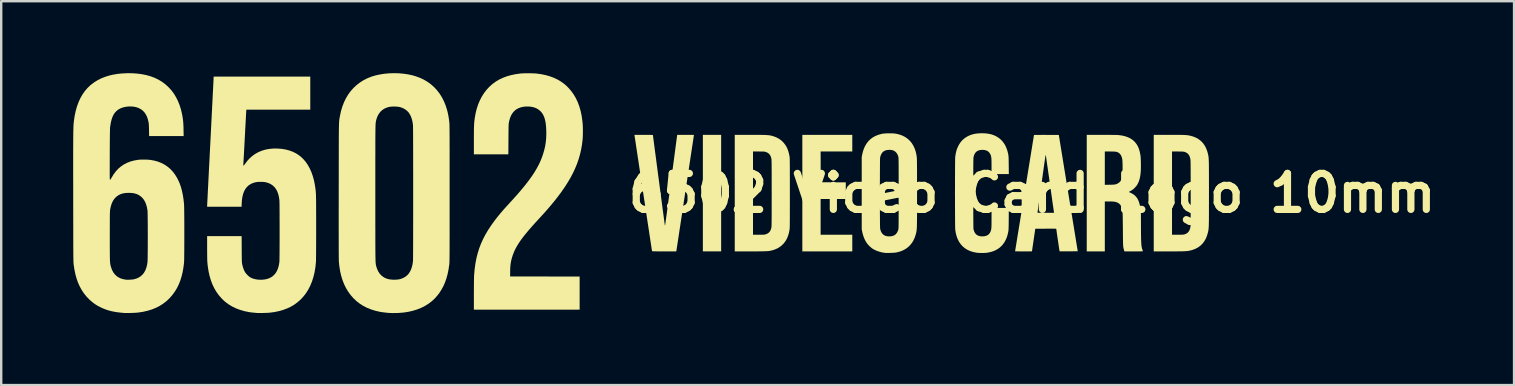
<source format=kicad_pcb>
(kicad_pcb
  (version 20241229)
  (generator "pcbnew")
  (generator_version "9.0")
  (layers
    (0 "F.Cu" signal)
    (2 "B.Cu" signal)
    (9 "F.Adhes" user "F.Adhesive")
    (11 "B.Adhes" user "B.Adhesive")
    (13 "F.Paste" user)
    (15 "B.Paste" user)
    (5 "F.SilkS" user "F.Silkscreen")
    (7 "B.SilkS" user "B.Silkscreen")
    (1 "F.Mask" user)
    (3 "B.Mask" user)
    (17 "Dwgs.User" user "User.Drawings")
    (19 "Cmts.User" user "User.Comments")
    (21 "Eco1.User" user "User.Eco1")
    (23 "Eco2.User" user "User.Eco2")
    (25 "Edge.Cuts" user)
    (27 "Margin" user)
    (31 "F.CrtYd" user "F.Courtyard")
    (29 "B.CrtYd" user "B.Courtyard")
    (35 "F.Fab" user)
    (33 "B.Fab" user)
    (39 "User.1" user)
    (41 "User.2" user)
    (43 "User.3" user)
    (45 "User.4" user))
  (footprint "6502 Video Card Logo 10mm"
    (layer "F.Cu")
    (at 39.969 4.999)
    (property "Reference" "6502 Video Card Logo 10mm" (at 0 0 0) (layer "F.SilkS") (effects (font (size 1.5 1.5) (thickness 0.3))))
    (attr board_only exclude_from_pos_files exclude_from_bom)
    (fp_poly (pts (xy -12.962 0) (xy -12.962 2.428) (xy -13.343 2.428) (xy -13.724 2.428) (xy -13.724 0) (xy -13.724 -2.428) (xy -13.343 -2.428) (xy -12.962 -2.428)) (stroke (width 0) (type solid)) (fill yes) (layer "F.SilkS"))
    (fp_poly (pts (xy -7.496 -2.081) (xy -7.496 -1.735) (xy -8.156 -1.735) (xy -8.816 -1.735) (xy -8.814 -1.094) (xy -8.812 -0.453) (xy -8.29 -0.45) (xy -7.767 -0.448) (xy -7.767 -0.101) (xy -7.767 0.245) (xy -8.292 0.245) (xy -8.816 0.245) (xy -8.816 0.99) (xy -8.816 1.735) (xy -8.156 1.735) (xy -7.496 1.735) (xy -7.496 2.081) (xy -7.496 2.428) (xy -8.537 2.428) (xy -9.578 2.428) (xy -9.578 0) (xy -9.578 -2.428) (xy -8.537 -2.428) (xy -7.496 -2.428)) (stroke (width 0) (type solid)) (fill yes) (layer "F.SilkS"))
    (fp_poly (pts (xy -16.097 -2.428) (xy -16.018 -2.428) (xy -15.953 -2.427) (xy -15.902 -2.427) (xy -15.863 -2.425) (xy -15.835 -2.424) (xy -15.817 -2.422) (xy -15.808 -2.42) (xy -15.805 -2.418) (xy -15.804 -2.408) (xy -15.801 -2.383) (xy -15.796 -2.342) (xy -15.789 -2.288) (xy -15.78 -2.221) (xy -15.77 -2.141) (xy -15.758 -2.05) (xy -15.745 -1.949) (xy -15.73 -1.838) (xy -15.715 -1.719) (xy -15.698 -1.593) (xy -15.68 -1.46) (xy -15.662 -1.321) (xy -15.643 -1.177) (xy -15.624 -1.029) (xy -15.604 -0.879) (xy -15.584 -0.726) (xy -15.563 -0.573) (xy -15.543 -0.419) (xy -15.523 -0.265) (xy -15.503 -0.114) (xy -15.483 0.035) (xy -15.464 0.18) (xy -15.445 0.321) (xy -15.427 0.457) (xy -15.41 0.587) (xy -15.394 0.709) (xy -15.378 0.823) (xy -15.364 0.928) (xy -15.352 1.023) (xy -15.34 1.108) (xy -15.331 1.18) (xy -15.323 1.24) (xy -15.316 1.286) (xy -15.312 1.318) (xy -15.31 1.334) (xy -15.309 1.336) (xy -15.303 1.343) (xy -15.298 1.34) (xy -15.297 1.331) (xy -15.293 1.306) (xy -15.287 1.266) (xy -15.279 1.211) (xy -15.27 1.143) (xy -15.258 1.061) (xy -15.245 0.967) (xy -15.231 0.862) (xy -15.215 0.746) (xy -15.198 0.62) (xy -15.18 0.485) (xy -15.161 0.341) (xy -15.141 0.189) (xy -15.119 0.031) (xy -15.098 -0.134) (xy -15.075 -0.304) (xy -15.052 -0.479) (xy -15.043 -0.548) (xy -14.794 -2.428) (xy -14.445 -2.428) (xy -14.37 -2.428) (xy -14.301 -2.428) (xy -14.238 -2.428) (xy -14.185 -2.427) (xy -14.143 -2.427) (xy -14.113 -2.426) (xy -14.098 -2.426) (xy -14.096 -2.425) (xy -14.097 -2.416) (xy -14.101 -2.392) (xy -14.107 -2.352) (xy -14.115 -2.297) (xy -14.125 -2.23) (xy -14.137 -2.149) (xy -14.151 -2.057) (xy -14.167 -1.954) (xy -14.184 -1.84) (xy -14.203 -1.717) (xy -14.223 -1.585) (xy -14.244 -1.445) (xy -14.266 -1.298) (xy -14.289 -1.145) (xy -14.313 -0.987) (xy -14.338 -0.824) (xy -14.363 -0.657) (xy -14.389 -0.487) (xy -14.415 -0.315) (xy -14.441 -0.141) (xy -14.467 0.033) (xy -14.494 0.207) (xy -14.52 0.38) (xy -14.546 0.552) (xy -14.571 0.72) (xy -14.596 0.886) (xy -14.621 1.047) (xy -14.645 1.203) (xy -14.667 1.353) (xy -14.689 1.496) (xy -14.71 1.632) (xy -14.729 1.76) (xy -14.747 1.879) (xy -14.764 1.988) (xy -14.779 2.086) (xy -14.792 2.173) (xy -14.803 2.248) (xy -14.813 2.309) (xy -14.82 2.356) (xy -14.825 2.389) (xy -14.828 2.407) (xy -14.828 2.409) (xy -14.833 2.428) (xy -15.336 2.428) (xy -15.445 2.428) (xy -15.539 2.428) (xy -15.618 2.428) (xy -15.683 2.427) (xy -15.735 2.426) (xy -15.776 2.425) (xy -15.806 2.424) (xy -15.826 2.422) (xy -15.838 2.42) (xy -15.843 2.418) (xy -15.843 2.418) (xy -15.844 2.409) (xy -15.848 2.383) (xy -15.855 2.343) (xy -15.863 2.287) (xy -15.874 2.218) (xy -15.886 2.135) (xy -15.901 2.04) (xy -15.917 1.932) (xy -15.935 1.813) (xy -15.955 1.683) (xy -15.976 1.543) (xy -15.999 1.394) (xy -16.023 1.236) (xy -16.048 1.07) (xy -16.074 0.897) (xy -16.101 0.717) (xy -16.129 0.531) (xy -16.158 0.339) (xy -16.188 0.143) (xy -16.207 0.017) (xy -16.237 -0.182) (xy -16.266 -0.377) (xy -16.295 -0.567) (xy -16.323 -0.752) (xy -16.35 -0.93) (xy -16.376 -1.102) (xy -16.4 -1.266) (xy -16.424 -1.421) (xy -16.446 -1.568) (xy -16.467 -1.705) (xy -16.486 -1.832) (xy -16.504 -1.948) (xy -16.519 -2.052) (xy -16.533 -2.144) (xy -16.545 -2.223) (xy -16.555 -2.288) (xy -16.563 -2.34) (xy -16.568 -2.376) (xy -16.572 -2.396) (xy -16.572 -2.401) (xy -16.577 -2.428) (xy -16.191 -2.428)) (stroke (width 0) (type solid)) (fill yes) (layer "F.SilkS"))
    (fp_poly (pts (xy -11.62 -2.428) (xy -11.501 -2.428) (xy -11.397 -2.428) (xy -11.306 -2.427) (xy -11.226 -2.425) (xy -11.157 -2.424) (xy -11.097 -2.421) (xy -11.045 -2.418) (xy -10.999 -2.415) (xy -10.959 -2.41) (xy -10.922 -2.404) (xy -10.888 -2.398) (xy -10.856 -2.39) (xy -10.823 -2.381) (xy -10.789 -2.371) (xy -10.767 -2.364) (xy -10.651 -2.319) (xy -10.545 -2.261) (xy -10.45 -2.191) (xy -10.389 -2.134) (xy -10.32 -2.054) (xy -10.262 -1.97) (xy -10.213 -1.879) (xy -10.173 -1.778) (xy -10.14 -1.666) (xy -10.114 -1.541) (xy -10.114 -1.54) (xy -10.112 -1.528) (xy -10.11 -1.515) (xy -10.108 -1.501) (xy -10.107 -1.484) (xy -10.106 -1.464) (xy -10.104 -1.44) (xy -10.103 -1.412) (xy -10.102 -1.377) (xy -10.102 -1.337) (xy -10.101 -1.289) (xy -10.1 -1.233) (xy -10.1 -1.169) (xy -10.099 -1.095) (xy -10.099 -1.011) (xy -10.099 -0.915) (xy -10.099 -0.808) (xy -10.098 -0.688) (xy -10.098 -0.555) (xy -10.098 -0.407) (xy -10.098 -0.244) (xy -10.098 -0.066) (xy -10.098 0) (xy -10.098 0.184) (xy -10.098 0.352) (xy -10.098 0.505) (xy -10.098 0.644) (xy -10.099 0.768) (xy -10.099 0.88) (xy -10.099 0.979) (xy -10.099 1.067) (xy -10.1 1.144) (xy -10.1 1.212) (xy -10.101 1.271) (xy -10.101 1.321) (xy -10.102 1.364) (xy -10.103 1.4) (xy -10.104 1.431) (xy -10.105 1.456) (xy -10.106 1.478) (xy -10.108 1.495) (xy -10.109 1.51) (xy -10.111 1.524) (xy -10.113 1.536) (xy -10.114 1.54) (xy -10.14 1.666) (xy -10.173 1.778) (xy -10.213 1.878) (xy -10.261 1.97) (xy -10.32 2.054) (xy -10.388 2.134) (xy -10.389 2.134) (xy -10.475 2.212) (xy -10.574 2.279) (xy -10.683 2.333) (xy -10.767 2.364) (xy -10.802 2.375) (xy -10.835 2.385) (xy -10.868 2.393) (xy -10.9 2.4) (xy -10.935 2.407) (xy -10.973 2.412) (xy -11.015 2.416) (xy -11.063 2.42) (xy -11.118 2.422) (xy -11.182 2.424) (xy -11.255 2.426) (xy -11.339 2.427) (xy -11.435 2.428) (xy -11.545 2.428) (xy -11.67 2.428) (xy -11.754 2.428) (xy -12.395 2.428) (xy -12.395 0) (xy -11.634 0) (xy -11.634 1.735) (xy -11.398 1.735) (xy -11.326 1.734) (xy -11.269 1.734) (xy -11.225 1.733) (xy -11.19 1.732) (xy -11.164 1.729) (xy -11.143 1.727) (xy -11.125 1.723) (xy -11.11 1.719) (xy -11.039 1.69) (xy -10.981 1.651) (xy -10.934 1.601) (xy -10.899 1.539) (xy -10.874 1.464) (xy -10.868 1.434) (xy -10.866 1.424) (xy -10.865 1.41) (xy -10.863 1.391) (xy -10.862 1.368) (xy -10.861 1.339) (xy -10.86 1.304) (xy -10.859 1.261) (xy -10.859 1.21) (xy -10.858 1.15) (xy -10.857 1.08) (xy -10.857 1) (xy -10.856 0.909) (xy -10.856 0.806) (xy -10.856 0.69) (xy -10.856 0.561) (xy -10.856 0.417) (xy -10.856 0.259) (xy -10.855 0.084) (xy -10.855 0) (xy -10.856 -0.182) (xy -10.856 -0.347) (xy -10.856 -0.498) (xy -10.856 -0.633) (xy -10.856 -0.755) (xy -10.856 -0.864) (xy -10.857 -0.96) (xy -10.857 -1.045) (xy -10.858 -1.119) (xy -10.858 -1.184) (xy -10.859 -1.239) (xy -10.86 -1.285) (xy -10.861 -1.324) (xy -10.862 -1.356) (xy -10.863 -1.382) (xy -10.864 -1.402) (xy -10.866 -1.418) (xy -10.867 -1.43) (xy -10.868 -1.434) (xy -10.889 -1.514) (xy -10.921 -1.58) (xy -10.963 -1.634) (xy -11.017 -1.677) (xy -11.084 -1.709) (xy -11.11 -1.719) (xy -11.128 -1.723) (xy -11.146 -1.727) (xy -11.168 -1.73) (xy -11.196 -1.732) (xy -11.232 -1.733) (xy -11.278 -1.734) (xy -11.338 -1.734) (xy -11.398 -1.735) (xy -11.634 -1.735) (xy -11.634 0) (xy -12.395 0) (xy -12.395 -2.428) (xy -11.754 -2.428)) (stroke (width 0) (type solid)) (fill yes) (layer "F.SilkS"))
    (fp_poly (pts (xy 5.713 -2.428) (xy 5.842 -2.428) (xy 5.955 -2.428) (xy 6.054 -2.427) (xy 6.14 -2.427) (xy 6.214 -2.426) (xy 6.278 -2.425) (xy 6.333 -2.423) (xy 6.381 -2.421) (xy 6.422 -2.418) (xy 6.459 -2.415) (xy 6.491 -2.411) (xy 6.522 -2.406) (xy 6.551 -2.4) (xy 6.581 -2.394) (xy 6.611 -2.387) (xy 6.737 -2.349) (xy 6.852 -2.299) (xy 6.955 -2.236) (xy 7.048 -2.161) (xy 7.128 -2.073) (xy 7.198 -1.973) (xy 7.255 -1.86) (xy 7.301 -1.735) (xy 7.323 -1.655) (xy 7.329 -1.63) (xy 7.335 -1.607) (xy 7.339 -1.585) (xy 7.344 -1.562) (xy 7.348 -1.538) (xy 7.351 -1.513) (xy 7.354 -1.484) (xy 7.357 -1.451) (xy 7.359 -1.415) (xy 7.361 -1.372) (xy 7.363 -1.324) (xy 7.365 -1.268) (xy 7.366 -1.205) (xy 7.367 -1.133) (xy 7.368 -1.051) (xy 7.368 -0.959) (xy 7.369 -0.856) (xy 7.369 -0.741) (xy 7.369 -0.612) (xy 7.369 -0.47) (xy 7.37 -0.314) (xy 7.37 -0.142) (xy 7.37 0) (xy 7.37 0.184) (xy 7.37 0.353) (xy 7.369 0.506) (xy 7.369 0.644) (xy 7.369 0.77) (xy 7.369 0.882) (xy 7.368 0.982) (xy 7.368 1.072) (xy 7.367 1.151) (xy 7.366 1.221) (xy 7.364 1.282) (xy 7.363 1.336) (xy 7.361 1.383) (xy 7.359 1.424) (xy 7.356 1.46) (xy 7.354 1.491) (xy 7.35 1.519) (xy 7.347 1.544) (xy 7.343 1.568) (xy 7.338 1.59) (xy 7.333 1.613) (xy 7.328 1.636) (xy 7.323 1.655) (xy 7.284 1.787) (xy 7.234 1.907) (xy 7.171 2.014) (xy 7.097 2.109) (xy 7.012 2.192) (xy 6.915 2.263) (xy 6.807 2.32) (xy 6.688 2.366) (xy 6.611 2.387) (xy 6.58 2.394) (xy 6.55 2.4) (xy 6.52 2.406) (xy 6.49 2.411) (xy 6.457 2.415) (xy 6.42 2.418) (xy 6.379 2.421) (xy 6.331 2.423) (xy 6.275 2.425) (xy 6.21 2.426) (xy 6.136 2.427) (xy 6.049 2.428) (xy 5.949 2.428) (xy 5.836 2.428) (xy 5.713 2.428) (xy 5.068 2.428) (xy 5.068 0) (xy 5.83 0) (xy 5.83 1.735) (xy 6.064 1.735) (xy 6.134 1.734) (xy 6.191 1.734) (xy 6.235 1.733) (xy 6.269 1.732) (xy 6.296 1.73) (xy 6.318 1.726) (xy 6.337 1.722) (xy 6.354 1.718) (xy 6.421 1.691) (xy 6.477 1.655) (xy 6.522 1.607) (xy 6.557 1.548) (xy 6.583 1.475) (xy 6.592 1.435) (xy 6.594 1.424) (xy 6.596 1.413) (xy 6.598 1.4) (xy 6.599 1.384) (xy 6.601 1.366) (xy 6.602 1.343) (xy 6.603 1.316) (xy 6.604 1.283) (xy 6.605 1.243) (xy 6.605 1.197) (xy 6.606 1.142) (xy 6.606 1.078) (xy 6.607 1.004) (xy 6.607 0.92) (xy 6.607 0.825) (xy 6.608 0.717) (xy 6.608 0.597) (xy 6.608 0.463) (xy 6.608 0.314) (xy 6.608 0.149) (xy 6.608 0) (xy 6.608 -0.178) (xy 6.608 -0.34) (xy 6.608 -0.486) (xy 6.608 -0.618) (xy 6.608 -0.736) (xy 6.607 -0.842) (xy 6.607 -0.935) (xy 6.607 -1.017) (xy 6.606 -1.089) (xy 6.606 -1.151) (xy 6.605 -1.205) (xy 6.604 -1.25) (xy 6.604 -1.289) (xy 6.603 -1.321) (xy 6.602 -1.347) (xy 6.6 -1.369) (xy 6.599 -1.387) (xy 6.597 -1.402) (xy 6.596 -1.415) (xy 6.594 -1.426) (xy 6.592 -1.435) (xy 6.57 -1.514) (xy 6.54 -1.58) (xy 6.5 -1.633) (xy 6.45 -1.675) (xy 6.388 -1.706) (xy 6.354 -1.718) (xy 6.335 -1.723) (xy 6.316 -1.727) (xy 6.294 -1.73) (xy 6.267 -1.732) (xy 6.232 -1.733) (xy 6.187 -1.734) (xy 6.13 -1.734) (xy 6.064 -1.735) (xy 5.83 -1.735) (xy 5.83 0) (xy 5.068 0) (xy 5.068 -2.428)) (stroke (width 0) (type solid)) (fill yes) (layer "F.SilkS"))
    (fp_poly (pts (xy 0.517 -2.427) (xy 0.594 -2.426) (xy 1.112 -2.424) (xy 1.506 0) (xy 1.901 2.424) (xy 1.524 2.426) (xy 1.446 2.427) (xy 1.373 2.427) (xy 1.308 2.427) (xy 1.25 2.427) (xy 1.204 2.426) (xy 1.169 2.426) (xy 1.149 2.425) (xy 1.144 2.424) (xy 1.142 2.416) (xy 1.138 2.392) (xy 1.132 2.355) (xy 1.125 2.307) (xy 1.116 2.25) (xy 1.106 2.185) (xy 1.096 2.115) (xy 1.085 2.04) (xy 1.074 1.964) (xy 1.062 1.888) (xy 1.051 1.813) (xy 1.041 1.742) (xy 1.032 1.677) (xy 1.023 1.618) (xy 1.017 1.569) (xy 1.011 1.531) (xy 1.008 1.506) (xy 1.007 1.495) (xy 1.006 1.492) (xy 1.003 1.489) (xy 0.996 1.487) (xy 0.984 1.485) (xy 0.965 1.484) (xy 0.939 1.483) (xy 0.903 1.482) (xy 0.857 1.482) (xy 0.799 1.482) (xy 0.728 1.482) (xy 0.642 1.482) (xy 0.569 1.483) (xy 0.131 1.485) (xy 0.062 1.954) (xy 0.049 2.042) (xy 0.037 2.123) (xy 0.026 2.199) (xy 0.016 2.266) (xy 0.008 2.323) (xy 0.001 2.369) (xy -0.004 2.403) (xy -0.007 2.422) (xy -0.008 2.426) (xy -0.016 2.427) (xy -0.039 2.427) (xy -0.075 2.428) (xy -0.121 2.428) (xy -0.175 2.428) (xy -0.236 2.428) (xy -0.301 2.428) (xy -0.367 2.428) (xy -0.433 2.428) (xy -0.497 2.428) (xy -0.557 2.428) (xy -0.609 2.427) (xy -0.653 2.427) (xy -0.686 2.426) (xy -0.706 2.426) (xy -0.711 2.425) (xy -0.709 2.417) (xy -0.705 2.392) (xy -0.699 2.352) (xy -0.69 2.298) (xy -0.679 2.229) (xy -0.666 2.147) (xy -0.65 2.052) (xy -0.633 1.945) (xy -0.614 1.826) (xy -0.593 1.697) (xy -0.57 1.558) (xy -0.546 1.409) (xy -0.52 1.251) (xy -0.493 1.086) (xy -0.465 0.912) (xy -0.448 0.81) (xy 0.223 0.81) (xy 0.225 0.813) (xy 0.232 0.815) (xy 0.245 0.817) (xy 0.265 0.818) (xy 0.294 0.819) (xy 0.333 0.82) (xy 0.384 0.82) (xy 0.449 0.821) (xy 0.528 0.821) (xy 0.566 0.821) (xy 0.914 0.821) (xy 0.91 0.802) (xy 0.908 0.791) (xy 0.904 0.765) (xy 0.898 0.724) (xy 0.89 0.669) (xy 0.881 0.601) (xy 0.869 0.521) (xy 0.856 0.43) (xy 0.842 0.33) (xy 0.827 0.22) (xy 0.81 0.102) (xy 0.792 -0.023) (xy 0.774 -0.154) (xy 0.754 -0.29) (xy 0.739 -0.398) (xy 0.72 -0.537) (xy 0.701 -0.672) (xy 0.682 -0.801) (xy 0.665 -0.923) (xy 0.649 -1.038) (xy 0.633 -1.145) (xy 0.619 -1.242) (xy 0.607 -1.329) (xy 0.596 -1.405) (xy 0.587 -1.468) (xy 0.58 -1.519) (xy 0.574 -1.555) (xy 0.571 -1.576) (xy 0.57 -1.582) (xy 0.562 -1.58) (xy 0.56 -1.577) (xy 0.558 -1.568) (xy 0.554 -1.543) (xy 0.547 -1.503) (xy 0.539 -1.45) (xy 0.53 -1.383) (xy 0.518 -1.304) (xy 0.505 -1.215) (xy 0.491 -1.115) (xy 0.476 -1.006) (xy 0.459 -0.889) (xy 0.442 -0.764) (xy 0.424 -0.634) (xy 0.405 -0.498) (xy 0.39 -0.389) (xy 0.371 -0.25) (xy 0.352 -0.115) (xy 0.334 0.015) (xy 0.317 0.138) (xy 0.301 0.254) (xy 0.286 0.361) (xy 0.272 0.46) (xy 0.26 0.548) (xy 0.249 0.624) (xy 0.24 0.689) (xy 0.233 0.74) (xy 0.227 0.777) (xy 0.224 0.8) (xy 0.223 0.806) (xy 0.223 0.81) (xy -0.448 0.81) (xy -0.436 0.732) (xy -0.405 0.546) (xy -0.374 0.354) (xy -0.342 0.158) (xy -0.317 0.004) (xy -0.285 -0.196) (xy -0.253 -0.391) (xy -0.222 -0.582) (xy -0.192 -0.767) (xy -0.163 -0.945) (xy -0.135 -1.117) (xy -0.108 -1.281) (xy -0.083 -1.437) (xy -0.059 -1.584) (xy -0.037 -1.721) (xy -0.016 -1.848) (xy 0.003 -1.964) (xy 0.019 -2.069) (xy 0.034 -2.161) (xy 0.047 -2.24) (xy 0.058 -2.306) (xy 0.066 -2.358) (xy 0.072 -2.394) (xy 0.075 -2.416) (xy 0.076 -2.421) (xy 0.084 -2.422) (xy 0.108 -2.424) (xy 0.147 -2.425) (xy 0.199 -2.425) (xy 0.263 -2.426) (xy 0.338 -2.426) (xy 0.423 -2.427)) (stroke (width 0) (type solid)) (fill yes) (layer "F.SilkS"))
    (fp_poly (pts (xy 3.016 -2.428) (xy 3.128 -2.428) (xy 3.232 -2.427) (xy 3.325 -2.426) (xy 3.408 -2.425) (xy 3.478 -2.424) (xy 3.535 -2.423) (xy 3.577 -2.421) (xy 3.604 -2.42) (xy 3.606 -2.419) (xy 3.75 -2.399) (xy 3.881 -2.368) (xy 3.999 -2.326) (xy 4.105 -2.274) (xy 4.198 -2.21) (xy 4.279 -2.134) (xy 4.349 -2.046) (xy 4.407 -1.947) (xy 4.454 -1.835) (xy 4.489 -1.71) (xy 4.515 -1.572) (xy 4.518 -1.548) (xy 4.522 -1.501) (xy 4.526 -1.44) (xy 4.529 -1.368) (xy 4.531 -1.29) (xy 4.533 -1.208) (xy 4.533 -1.127) (xy 4.532 -1.048) (xy 4.53 -0.975) (xy 4.528 -0.92) (xy 4.517 -0.791) (xy 4.499 -0.676) (xy 4.475 -0.573) (xy 4.444 -0.479) (xy 4.404 -0.393) (xy 4.39 -0.366) (xy 4.344 -0.298) (xy 4.287 -0.232) (xy 4.223 -0.172) (xy 4.154 -0.12) (xy 4.086 -0.081) (xy 4.075 -0.076) (xy 4.048 -0.062) (xy 4.038 -0.051) (xy 4.043 -0.041) (xy 4.059 -0.033) (xy 4.147 0.008) (xy 4.225 0.055) (xy 4.292 0.109) (xy 4.349 0.173) (xy 4.398 0.247) (xy 4.438 0.333) (xy 4.471 0.431) (xy 4.498 0.542) (xy 4.518 0.669) (xy 4.522 0.696) (xy 4.525 0.723) (xy 4.527 0.754) (xy 4.53 0.79) (xy 4.531 0.833) (xy 4.533 0.885) (xy 4.534 0.946) (xy 4.534 1.018) (xy 4.535 1.103) (xy 4.535 1.202) (xy 4.535 1.296) (xy 4.536 1.462) (xy 4.537 1.612) (xy 4.538 1.745) (xy 4.54 1.863) (xy 4.543 1.965) (xy 4.547 2.052) (xy 4.551 2.125) (xy 4.556 2.183) (xy 4.561 2.227) (xy 4.565 2.244) (xy 4.585 2.326) (xy 4.612 2.404) (xy 4.616 2.414) (xy 4.616 2.417) (xy 4.614 2.42) (xy 4.608 2.422) (xy 4.596 2.424) (xy 4.577 2.426) (xy 4.55 2.427) (xy 4.513 2.427) (xy 4.465 2.428) (xy 4.404 2.428) (xy 4.329 2.428) (xy 4.239 2.428) (xy 4.233 2.428) (xy 3.845 2.428) (xy 3.833 2.388) (xy 3.826 2.361) (xy 3.819 2.336) (xy 3.813 2.314) (xy 3.808 2.292) (xy 3.803 2.27) (xy 3.799 2.246) (xy 3.796 2.219) (xy 3.794 2.187) (xy 3.791 2.15) (xy 3.79 2.106) (xy 3.788 2.053) (xy 3.787 1.992) (xy 3.786 1.919) (xy 3.785 1.835) (xy 3.784 1.737) (xy 3.783 1.625) (xy 3.782 1.506) (xy 3.781 1.374) (xy 3.779 1.257) (xy 3.778 1.155) (xy 3.777 1.066) (xy 3.776 0.99) (xy 3.774 0.924) (xy 3.772 0.868) (xy 3.77 0.821) (xy 3.767 0.78) (xy 3.764 0.747) (xy 3.761 0.718) (xy 3.757 0.693) (xy 3.752 0.67) (xy 3.747 0.649) (xy 3.741 0.628) (xy 3.736 0.612) (xy 3.708 0.541) (xy 3.672 0.484) (xy 3.626 0.438) (xy 3.569 0.402) (xy 3.551 0.393) (xy 3.513 0.378) (xy 3.472 0.366) (xy 3.425 0.358) (xy 3.37 0.352) (xy 3.304 0.348) (xy 3.224 0.347) (xy 3.202 0.347) (xy 3.029 0.347) (xy 3.029 1.388) (xy 3.029 2.428) (xy 2.653 2.428) (xy 2.276 2.428) (xy 2.276 0) (xy 2.276 -1.04) (xy 3.029 -1.04) (xy 3.029 -0.345) (xy 3.234 -0.349) (xy 3.301 -0.35) (xy 3.353 -0.352) (xy 3.393 -0.354) (xy 3.425 -0.356) (xy 3.45 -0.36) (xy 3.471 -0.364) (xy 3.49 -0.369) (xy 3.496 -0.371) (xy 3.569 -0.402) (xy 3.63 -0.443) (xy 3.679 -0.495) (xy 3.717 -0.56) (xy 3.746 -0.638) (xy 3.754 -0.669) (xy 3.759 -0.7) (xy 3.763 -0.744) (xy 3.766 -0.801) (xy 3.768 -0.866) (xy 3.77 -0.938) (xy 3.77 -1.014) (xy 3.77 -1.091) (xy 3.77 -1.166) (xy 3.768 -1.238) (xy 3.765 -1.303) (xy 3.762 -1.359) (xy 3.758 -1.403) (xy 3.754 -1.43) (xy 3.731 -1.512) (xy 3.699 -1.582) (xy 3.658 -1.638) (xy 3.61 -1.679) (xy 3.588 -1.692) (xy 3.562 -1.704) (xy 3.535 -1.714) (xy 3.506 -1.722) (xy 3.473 -1.727) (xy 3.431 -1.731) (xy 3.381 -1.733) (xy 3.318 -1.734) (xy 3.243 -1.735) (xy 3.029 -1.735) (xy 3.029 -1.04) (xy 2.276 -1.04) (xy 2.276 -2.428) (xy 2.897 -2.428)) (stroke (width 0) (type solid)) (fill yes) (layer "F.SilkS"))
    (fp_poly (pts (xy -1.95 -2.491) (xy -1.817 -2.474) (xy -1.695 -2.447) (xy -1.583 -2.408) (xy -1.498 -2.368) (xy -1.393 -2.302) (xy -1.299 -2.225) (xy -1.218 -2.136) (xy -1.147 -2.034) (xy -1.088 -1.92) (xy -1.04 -1.794) (xy -1.004 -1.655) (xy -0.993 -1.599) (xy -0.989 -1.575) (xy -0.986 -1.547) (xy -0.984 -1.514) (xy -0.981 -1.473) (xy -0.98 -1.424) (xy -0.978 -1.363) (xy -0.977 -1.29) (xy -0.976 -1.203) (xy -0.975 -1.157) (xy -0.972 -0.795) (xy -1.332 -0.795) (xy -1.692 -0.795) (xy -1.692 -1.116) (xy -1.692 -1.21) (xy -1.693 -1.29) (xy -1.694 -1.356) (xy -1.696 -1.41) (xy -1.7 -1.456) (xy -1.704 -1.494) (xy -1.71 -1.526) (xy -1.717 -1.555) (xy -1.726 -1.581) (xy -1.737 -1.608) (xy -1.741 -1.618) (xy -1.778 -1.68) (xy -1.825 -1.73) (xy -1.883 -1.766) (xy -1.953 -1.791) (xy -2.034 -1.802) (xy -2.073 -1.803) (xy -2.159 -1.797) (xy -2.233 -1.779) (xy -2.296 -1.748) (xy -2.349 -1.703) (xy -2.391 -1.646) (xy -2.422 -1.575) (xy -2.441 -1.508) (xy -2.442 -1.498) (xy -2.444 -1.486) (xy -2.445 -1.47) (xy -2.447 -1.45) (xy -2.448 -1.424) (xy -2.449 -1.393) (xy -2.45 -1.355) (xy -2.45 -1.309) (xy -2.451 -1.256) (xy -2.452 -1.194) (xy -2.452 -1.121) (xy -2.453 -1.039) (xy -2.453 -0.945) (xy -2.453 -0.84) (xy -2.453 -0.721) (xy -2.453 -0.59) (xy -2.454 -0.444) (xy -2.454 -0.283) (xy -2.454 -0.106) (xy -2.454 0.004) (xy -2.454 0.212) (xy -2.454 0.404) (xy -2.453 0.579) (xy -2.453 0.738) (xy -2.453 0.881) (xy -2.452 1.008) (xy -2.451 1.12) (xy -2.451 1.217) (xy -2.45 1.3) (xy -2.449 1.368) (xy -2.448 1.421) (xy -2.447 1.461) (xy -2.446 1.487) (xy -2.445 1.499) (xy -2.421 1.583) (xy -2.388 1.652) (xy -2.346 1.709) (xy -2.292 1.751) (xy -2.228 1.781) (xy -2.154 1.799) (xy -2.079 1.803) (xy -1.992 1.798) (xy -1.918 1.781) (xy -1.855 1.752) (xy -1.803 1.711) (xy -1.761 1.657) (xy -1.743 1.622) (xy -1.732 1.598) (xy -1.723 1.575) (xy -1.715 1.552) (xy -1.709 1.527) (xy -1.704 1.497) (xy -1.7 1.463) (xy -1.697 1.422) (xy -1.695 1.372) (xy -1.694 1.312) (xy -1.693 1.24) (xy -1.692 1.155) (xy -1.692 1.054) (xy -1.692 1.032) (xy -1.692 0.618) (xy -1.332 0.618) (xy -0.972 0.618) (xy -0.975 1.068) (xy -0.976 1.171) (xy -0.977 1.259) (xy -0.978 1.334) (xy -0.979 1.395) (xy -0.981 1.447) (xy -0.982 1.489) (xy -0.984 1.523) (xy -0.986 1.551) (xy -0.989 1.575) (xy -0.992 1.596) (xy -0.993 1.599) (xy -1.023 1.735) (xy -1.061 1.857) (xy -1.11 1.967) (xy -1.168 2.068) (xy -1.238 2.159) (xy -1.264 2.189) (xy -1.349 2.269) (xy -1.445 2.337) (xy -1.551 2.393) (xy -1.668 2.438) (xy -1.797 2.47) (xy -1.898 2.487) (xy -1.942 2.491) (xy -1.997 2.494) (xy -2.061 2.495) (xy -2.128 2.494) (xy -2.194 2.493) (xy -2.253 2.49) (xy -2.303 2.485) (xy -2.318 2.483) (xy -2.457 2.455) (xy -2.584 2.415) (xy -2.7 2.362) (xy -2.804 2.296) (xy -2.897 2.218) (xy -2.978 2.128) (xy -3.048 2.025) (xy -3.106 1.911) (xy -3.152 1.785) (xy -3.186 1.647) (xy -3.206 1.513) (xy -3.207 1.493) (xy -3.208 1.458) (xy -3.209 1.408) (xy -3.21 1.345) (xy -3.211 1.269) (xy -3.212 1.181) (xy -3.213 1.083) (xy -3.213 0.976) (xy -3.214 0.861) (xy -3.214 0.739) (xy -3.215 0.611) (xy -3.215 0.477) (xy -3.215 0.341) (xy -3.215 0.201) (xy -3.216 0.06) (xy -3.216 -0.081) (xy -3.215 -0.222) (xy -3.215 -0.362) (xy -3.215 -0.498) (xy -3.215 -0.63) (xy -3.214 -0.758) (xy -3.214 -0.879) (xy -3.213 -0.993) (xy -3.213 -1.099) (xy -3.212 -1.195) (xy -3.211 -1.281) (xy -3.21 -1.355) (xy -3.209 -1.417) (xy -3.208 -1.465) (xy -3.207 -1.497) (xy -3.206 -1.513) (xy -3.183 -1.658) (xy -3.149 -1.794) (xy -3.102 -1.918) (xy -3.043 -2.031) (xy -2.974 -2.133) (xy -2.893 -2.222) (xy -2.801 -2.299) (xy -2.699 -2.363) (xy -2.595 -2.412) (xy -2.486 -2.449) (xy -2.369 -2.475) (xy -2.243 -2.49) (xy -2.105 -2.496) (xy -2.094 -2.496)) (stroke (width 0) (type solid)) (fill yes) (layer "F.SilkS"))
    (fp_poly (pts (xy -20.912 -4.995) (xy -20.836 -4.993) (xy -20.768 -4.991) (xy -20.71 -4.988) (xy -20.67 -4.985) (xy -20.47 -4.958) (xy -20.283 -4.92) (xy -20.107 -4.87) (xy -19.943 -4.81) (xy -19.789 -4.738) (xy -19.645 -4.654) (xy -19.511 -4.558) (xy -19.49 -4.541) (xy -19.459 -4.515) (xy -19.42 -4.48) (xy -19.379 -4.441) (xy -19.34 -4.401) (xy -19.329 -4.39) (xy -19.214 -4.259) (xy -19.111 -4.116) (xy -19.02 -3.961) (xy -18.941 -3.794) (xy -18.874 -3.616) (xy -18.819 -3.426) (xy -18.776 -3.223) (xy -18.746 -3.009) (xy -18.733 -2.877) (xy -18.729 -2.805) (xy -18.726 -2.721) (xy -18.725 -2.63) (xy -18.725 -2.536) (xy -18.726 -2.443) (xy -18.729 -2.355) (xy -18.733 -2.276) (xy -18.737 -2.229) (xy -18.762 -2.022) (xy -18.797 -1.819) (xy -18.843 -1.619) (xy -18.9 -1.421) (xy -18.968 -1.224) (xy -19.049 -1.028) (xy -19.141 -0.831) (xy -19.246 -0.632) (xy -19.365 -0.432) (xy -19.497 -0.228) (xy -19.643 -0.019) (xy -19.803 0.194) (xy -19.978 0.412) (xy -20.036 0.482) (xy -20.103 0.561) (xy -20.168 0.637) (xy -20.233 0.712) (xy -20.301 0.789) (xy -20.374 0.87) (xy -20.454 0.958) (xy -20.542 1.054) (xy -20.586 1.101) (xy -20.728 1.256) (xy -20.857 1.4) (xy -20.975 1.536) (xy -21.082 1.663) (xy -21.179 1.783) (xy -21.265 1.896) (xy -21.343 2.004) (xy -21.412 2.108) (xy -21.473 2.208) (xy -21.526 2.305) (xy -21.573 2.4) (xy -21.613 2.494) (xy -21.648 2.589) (xy -21.679 2.684) (xy -21.698 2.754) (xy -21.719 2.845) (xy -21.735 2.936) (xy -21.746 3.029) (xy -21.753 3.131) (xy -21.756 3.244) (xy -21.756 3.274) (xy -21.758 3.473) (xy -20.309 3.475) (xy -18.86 3.478) (xy -18.86 4.167) (xy -18.86 4.857) (xy -21.064 4.857) (xy -23.268 4.857) (xy -23.268 4.21) (xy -23.268 4.103) (xy -23.267 3.998) (xy -23.267 3.897) (xy -23.266 3.801) (xy -23.265 3.712) (xy -23.264 3.632) (xy -23.263 3.562) (xy -23.262 3.505) (xy -23.26 3.461) (xy -23.259 3.434) (xy -23.238 3.188) (xy -23.207 2.955) (xy -23.166 2.733) (xy -23.113 2.52) (xy -23.05 2.314) (xy -22.974 2.113) (xy -22.885 1.916) (xy -22.783 1.72) (xy -22.666 1.524) (xy -22.535 1.327) (xy -22.426 1.176) (xy -22.359 1.088) (xy -22.292 1.001) (xy -22.222 0.915) (xy -22.148 0.826) (xy -22.069 0.734) (xy -21.983 0.636) (xy -21.887 0.531) (xy -21.782 0.416) (xy -21.758 0.389) (xy -21.59 0.205) (xy -21.435 0.031) (xy -21.292 -0.136) (xy -21.161 -0.294) (xy -21.042 -0.445) (xy -20.933 -0.591) (xy -20.834 -0.731) (xy -20.745 -0.867) (xy -20.665 -0.999) (xy -20.594 -1.128) (xy -20.53 -1.255) (xy -20.474 -1.381) (xy -20.425 -1.507) (xy -20.389 -1.612) (xy -20.339 -1.78) (xy -20.3 -1.944) (xy -20.273 -2.106) (xy -20.256 -2.272) (xy -20.249 -2.445) (xy -20.25 -2.589) (xy -20.257 -2.734) (xy -20.268 -2.864) (xy -20.286 -2.979) (xy -20.31 -3.083) (xy -20.339 -3.174) (xy -20.376 -3.255) (xy -20.419 -3.327) (xy -20.47 -3.391) (xy -20.479 -3.4) (xy -20.553 -3.467) (xy -20.636 -3.521) (xy -20.728 -3.562) (xy -20.83 -3.591) (xy -20.944 -3.607) (xy -20.988 -3.61) (xy -21.108 -3.61) (xy -21.222 -3.596) (xy -21.328 -3.57) (xy -21.425 -3.532) (xy -21.51 -3.482) (xy -21.546 -3.455) (xy -21.613 -3.391) (xy -21.67 -3.317) (xy -21.719 -3.232) (xy -21.759 -3.135) (xy -21.792 -3.023) (xy -21.806 -2.959) (xy -21.809 -2.942) (xy -21.812 -2.925) (xy -21.815 -2.906) (xy -21.817 -2.885) (xy -21.819 -2.86) (xy -21.82 -2.83) (xy -21.821 -2.794) (xy -21.823 -2.749) (xy -21.823 -2.695) (xy -21.824 -2.631) (xy -21.825 -2.556) (xy -21.826 -2.467) (xy -21.826 -2.364) (xy -21.827 -2.245) (xy -21.827 -2.244) (xy -21.831 -1.616) (xy -22.549 -1.616) (xy -23.268 -1.616) (xy -23.268 -2.19) (xy -23.268 -2.317) (xy -23.267 -2.429) (xy -23.267 -2.527) (xy -23.266 -2.614) (xy -23.265 -2.689) (xy -23.263 -2.756) (xy -23.261 -2.815) (xy -23.258 -2.869) (xy -23.255 -2.919) (xy -23.25 -2.966) (xy -23.246 -3.013) (xy -23.24 -3.06) (xy -23.234 -3.109) (xy -23.199 -3.313) (xy -23.152 -3.507) (xy -23.092 -3.691) (xy -23.02 -3.863) (xy -22.936 -4.025) (xy -22.841 -4.175) (xy -22.733 -4.314) (xy -22.615 -4.44) (xy -22.484 -4.555) (xy -22.354 -4.65) (xy -22.212 -4.734) (xy -22.059 -4.806) (xy -21.894 -4.868) (xy -21.717 -4.918) (xy -21.528 -4.957) (xy -21.326 -4.985) (xy -21.322 -4.985) (xy -21.276 -4.989) (xy -21.216 -4.992) (xy -21.147 -4.994) (xy -21.071 -4.995) (xy -20.991 -4.995)) (stroke (width 0) (type solid)) (fill yes) (layer "F.SilkS"))
    (fp_poly (pts (xy -5.892 -2.493) (xy -5.815 -2.49) (xy -5.745 -2.485) (xy -5.686 -2.478) (xy -5.673 -2.476) (xy -5.537 -2.444) (xy -5.412 -2.399) (xy -5.298 -2.341) (xy -5.195 -2.27) (xy -5.103 -2.187) (xy -5.023 -2.092) (xy -4.955 -1.985) (xy -4.899 -1.867) (xy -4.854 -1.736) (xy -4.822 -1.595) (xy -4.81 -1.512) (xy -4.808 -1.497) (xy -4.807 -1.479) (xy -4.806 -1.456) (xy -4.804 -1.429) (xy -4.803 -1.397) (xy -4.802 -1.359) (xy -4.801 -1.313) (xy -4.801 -1.26) (xy -4.8 -1.199) (xy -4.799 -1.128) (xy -4.799 -1.047) (xy -4.798 -0.955) (xy -4.798 -0.851) (xy -4.798 -0.735) (xy -4.798 -0.606) (xy -4.798 -0.463) (xy -4.797 -0.305) (xy -4.797 -0.131) (xy -4.797 0.001) (xy -4.797 0.188) (xy -4.797 0.359) (xy -4.797 0.515) (xy -4.798 0.656) (xy -4.798 0.784) (xy -4.798 0.899) (xy -4.798 1.001) (xy -4.799 1.093) (xy -4.8 1.174) (xy -4.801 1.246) (xy -4.802 1.309) (xy -4.803 1.364) (xy -4.805 1.412) (xy -4.807 1.454) (xy -4.809 1.491) (xy -4.812 1.523) (xy -4.815 1.551) (xy -4.818 1.576) (xy -4.822 1.599) (xy -4.826 1.621) (xy -4.831 1.642) (xy -4.836 1.664) (xy -4.842 1.687) (xy -4.845 1.701) (xy -4.886 1.834) (xy -4.939 1.955) (xy -5.004 2.066) (xy -5.082 2.164) (xy -5.171 2.251) (xy -5.272 2.325) (xy -5.383 2.386) (xy -5.505 2.434) (xy -5.638 2.469) (xy -5.669 2.475) (xy -5.702 2.48) (xy -5.748 2.484) (xy -5.803 2.487) (xy -5.864 2.49) (xy -5.927 2.492) (xy -5.989 2.494) (xy -6.045 2.494) (xy -6.093 2.493) (xy -6.128 2.491) (xy -6.134 2.491) (xy -6.266 2.469) (xy -6.392 2.435) (xy -6.509 2.392) (xy -6.615 2.338) (xy -6.658 2.312) (xy -6.699 2.281) (xy -6.745 2.241) (xy -6.793 2.196) (xy -6.837 2.149) (xy -6.875 2.105) (xy -6.879 2.099) (xy -6.935 2.014) (xy -6.986 1.915) (xy -7.029 1.806) (xy -7.064 1.69) (xy -7.084 1.601) (xy -7.103 1.502) (xy -7.103 0.056) (xy -6.346 0.056) (xy -6.346 0.194) (xy -6.346 0.331) (xy -6.346 0.465) (xy -6.345 0.595) (xy -6.345 0.721) (xy -6.345 0.841) (xy -6.344 0.953) (xy -6.343 1.058) (xy -6.343 1.154) (xy -6.342 1.239) (xy -6.341 1.313) (xy -6.34 1.375) (xy -6.339 1.423) (xy -6.338 1.457) (xy -6.337 1.475) (xy -6.337 1.477) (xy -6.315 1.563) (xy -6.283 1.636) (xy -6.24 1.696) (xy -6.186 1.743) (xy -6.123 1.777) (xy -6.05 1.796) (xy -6.018 1.8) (xy -5.94 1.803) (xy -5.867 1.797) (xy -5.804 1.784) (xy -5.799 1.782) (xy -5.734 1.752) (xy -5.678 1.708) (xy -5.633 1.65) (xy -5.597 1.578) (xy -5.578 1.522) (xy -5.576 1.514) (xy -5.574 1.506) (xy -5.573 1.494) (xy -5.571 1.481) (xy -5.57 1.463) (xy -5.569 1.441) (xy -5.568 1.414) (xy -5.567 1.381) (xy -5.566 1.341) (xy -5.566 1.293) (xy -5.565 1.238) (xy -5.565 1.173) (xy -5.564 1.099) (xy -5.564 1.014) (xy -5.564 0.917) (xy -5.563 0.809) (xy -5.563 0.688) (xy -5.563 0.553) (xy -5.563 0.404) (xy -5.563 0.239) (xy -5.563 0.059) (xy -5.563 0) (xy -5.563 -0.185) (xy -5.563 -0.355) (xy -5.563 -0.509) (xy -5.563 -0.648) (xy -5.563 -0.773) (xy -5.564 -0.886) (xy -5.564 -0.986) (xy -5.564 -1.074) (xy -5.565 -1.152) (xy -5.565 -1.22) (xy -5.566 -1.278) (xy -5.566 -1.328) (xy -5.567 -1.37) (xy -5.568 -1.405) (xy -5.569 -1.434) (xy -5.57 -1.457) (xy -5.571 -1.476) (xy -5.572 -1.491) (xy -5.574 -1.503) (xy -5.576 -1.512) (xy -5.577 -1.52) (xy -5.578 -1.521) (xy -5.607 -1.602) (xy -5.646 -1.669) (xy -5.696 -1.723) (xy -5.755 -1.763) (xy -5.823 -1.79) (xy -5.887 -1.801) (xy -5.981 -1.803) (xy -6.065 -1.793) (xy -6.137 -1.77) (xy -6.199 -1.734) (xy -6.25 -1.685) (xy -6.29 -1.622) (xy -6.32 -1.547) (xy -6.337 -1.477) (xy -6.338 -1.462) (xy -6.339 -1.431) (xy -6.34 -1.386) (xy -6.341 -1.326) (xy -6.342 -1.254) (xy -6.343 -1.171) (xy -6.343 -1.077) (xy -6.344 -0.974) (xy -6.344 -0.863) (xy -6.345 -0.745) (xy -6.345 -0.62) (xy -6.346 -0.49) (xy -6.346 -0.357) (xy -6.346 -0.221) (xy -6.346 -0.083) (xy -6.346 0.056) (xy -7.103 0.056) (xy -7.103 0) (xy -7.103 -1.502) (xy -7.084 -1.601) (xy -7.056 -1.722) (xy -7.018 -1.837) (xy -6.974 -1.941) (xy -6.964 -1.961) (xy -6.899 -2.07) (xy -6.823 -2.167) (xy -6.735 -2.252) (xy -6.637 -2.324) (xy -6.527 -2.384) (xy -6.405 -2.432) (xy -6.271 -2.468) (xy -6.249 -2.473) (xy -6.195 -2.481) (xy -6.128 -2.487) (xy -6.053 -2.491) (xy -5.973 -2.493)) (stroke (width 0) (type solid)) (fill yes) (layer "F.SilkS"))
    (fp_poly (pts (xy -30.087 -4.167) (xy -30.087 -3.477) (xy -31.419 -3.477) (xy -32.751 -3.477) (xy -32.756 -3.408) (xy -32.758 -3.39) (xy -32.759 -3.357) (xy -32.762 -3.31) (xy -32.766 -3.248) (xy -32.77 -3.175) (xy -32.774 -3.09) (xy -32.779 -2.994) (xy -32.785 -2.89) (xy -32.791 -2.778) (xy -32.798 -2.659) (xy -32.804 -2.534) (xy -32.811 -2.405) (xy -32.816 -2.31) (xy -32.823 -2.178) (xy -32.83 -2.05) (xy -32.836 -1.927) (xy -32.843 -1.81) (xy -32.849 -1.701) (xy -32.854 -1.599) (xy -32.859 -1.507) (xy -32.864 -1.425) (xy -32.868 -1.356) (xy -32.871 -1.298) (xy -32.873 -1.255) (xy -32.875 -1.227) (xy -32.876 -1.216) (xy -32.878 -1.183) (xy -32.878 -1.164) (xy -32.875 -1.154) (xy -32.869 -1.151) (xy -32.865 -1.151) (xy -32.853 -1.158) (xy -32.833 -1.18) (xy -32.809 -1.213) (xy -32.803 -1.221) (xy -32.709 -1.347) (xy -32.605 -1.459) (xy -32.491 -1.558) (xy -32.367 -1.644) (xy -32.235 -1.715) (xy -32.093 -1.772) (xy -31.943 -1.816) (xy -31.785 -1.844) (xy -31.62 -1.859) (xy -31.455 -1.858) (xy -31.283 -1.845) (xy -31.121 -1.819) (xy -30.97 -1.78) (xy -30.829 -1.729) (xy -30.697 -1.665) (xy -30.598 -1.605) (xy -30.482 -1.518) (xy -30.375 -1.416) (xy -30.277 -1.301) (xy -30.189 -1.173) (xy -30.11 -1.031) (xy -30.041 -0.877) (xy -29.982 -0.711) (xy -29.933 -0.533) (xy -29.895 -0.343) (xy -29.884 -0.273) (xy -29.879 -0.236) (xy -29.874 -0.202) (xy -29.869 -0.169) (xy -29.865 -0.136) (xy -29.862 -0.102) (xy -29.859 -0.067) (xy -29.856 -0.03) (xy -29.853 0.011) (xy -29.851 0.055) (xy -29.849 0.105) (xy -29.848 0.161) (xy -29.846 0.224) (xy -29.845 0.295) (xy -29.844 0.374) (xy -29.844 0.463) (xy -29.843 0.563) (xy -29.843 0.674) (xy -29.843 0.797) (xy -29.842 0.934) (xy -29.842 1.085) (xy -29.842 1.251) (xy -29.842 1.433) (xy -29.842 1.443) (xy -29.842 1.637) (xy -29.842 1.818) (xy -29.843 1.987) (xy -29.843 2.142) (xy -29.844 2.284) (xy -29.844 2.412) (xy -29.845 2.525) (xy -29.846 2.624) (xy -29.847 2.708) (xy -29.848 2.776) (xy -29.849 2.828) (xy -29.85 2.863) (xy -29.851 2.877) (xy -29.874 3.097) (xy -29.91 3.306) (xy -29.958 3.503) (xy -30.018 3.689) (xy -30.09 3.863) (xy -30.173 4.025) (xy -30.269 4.176) (xy -30.376 4.314) (xy -30.495 4.441) (xy -30.626 4.555) (xy -30.756 4.65) (xy -30.899 4.734) (xy -31.053 4.807) (xy -31.22 4.869) (xy -31.398 4.919) (xy -31.586 4.958) (xy -31.775 4.983) (xy -31.808 4.986) (xy -31.854 4.989) (xy -31.909 4.991) (xy -31.97 4.993) (xy -32.034 4.995) (xy -32.098 4.996) (xy -32.158 4.997) (xy -32.212 4.997) (xy -32.257 4.997) (xy -32.289 4.996) (xy -32.296 4.996) (xy -32.373 4.989) (xy -32.436 4.983) (xy -32.488 4.978) (xy -32.531 4.973) (xy -32.569 4.969) (xy -32.604 4.964) (xy -32.639 4.958) (xy -32.647 4.957) (xy -32.838 4.918) (xy -33.019 4.865) (xy -33.189 4.8) (xy -33.349 4.722) (xy -33.498 4.632) (xy -33.62 4.541) (xy -33.651 4.515) (xy -33.689 4.48) (xy -33.731 4.441) (xy -33.77 4.401) (xy -33.781 4.39) (xy -33.895 4.26) (xy -33.997 4.119) (xy -34.087 3.967) (xy -34.166 3.803) (xy -34.232 3.627) (xy -34.287 3.439) (xy -34.33 3.24) (xy -34.362 3.028) (xy -34.377 2.873) (xy -34.379 2.844) (xy -34.38 2.8) (xy -34.382 2.743) (xy -34.383 2.675) (xy -34.384 2.598) (xy -34.385 2.514) (xy -34.385 2.425) (xy -34.386 2.333) (xy -34.386 2.279) (xy -34.386 1.794) (xy -33.667 1.794) (xy -32.948 1.794) (xy -32.945 2.333) (xy -32.944 2.445) (xy -32.944 2.541) (xy -32.943 2.623) (xy -32.942 2.692) (xy -32.941 2.75) (xy -32.94 2.798) (xy -32.938 2.837) (xy -32.937 2.87) (xy -32.935 2.896) (xy -32.932 2.919) (xy -32.929 2.938) (xy -32.927 2.953) (xy -32.91 3.028) (xy -32.888 3.104) (xy -32.862 3.178) (xy -32.834 3.243) (xy -32.818 3.274) (xy -32.789 3.319) (xy -32.749 3.367) (xy -32.705 3.415) (xy -32.658 3.459) (xy -32.613 3.495) (xy -32.59 3.51) (xy -32.508 3.55) (xy -32.415 3.58) (xy -32.313 3.6) (xy -32.207 3.61) (xy -32.099 3.61) (xy -31.992 3.6) (xy -31.89 3.578) (xy -31.854 3.568) (xy -31.758 3.529) (xy -31.671 3.477) (xy -31.596 3.411) (xy -31.531 3.333) (xy -31.476 3.241) (xy -31.432 3.136) (xy -31.399 3.019) (xy -31.377 2.889) (xy -31.374 2.867) (xy -31.373 2.847) (xy -31.372 2.811) (xy -31.371 2.762) (xy -31.37 2.698) (xy -31.369 2.623) (xy -31.368 2.537) (xy -31.367 2.441) (xy -31.367 2.336) (xy -31.366 2.224) (xy -31.366 2.106) (xy -31.365 1.983) (xy -31.365 1.856) (xy -31.365 1.727) (xy -31.365 1.596) (xy -31.365 1.465) (xy -31.365 1.335) (xy -31.365 1.208) (xy -31.366 1.084) (xy -31.366 0.964) (xy -31.366 0.85) (xy -31.367 0.744) (xy -31.368 0.645) (xy -31.368 0.556) (xy -31.369 0.477) (xy -31.37 0.411) (xy -31.371 0.357) (xy -31.372 0.317) (xy -31.373 0.293) (xy -31.374 0.29) (xy -31.394 0.155) (xy -31.424 0.035) (xy -31.464 -0.073) (xy -31.516 -0.168) (xy -31.578 -0.249) (xy -31.65 -0.318) (xy -31.734 -0.375) (xy -31.828 -0.419) (xy -31.934 -0.451) (xy -31.949 -0.454) (xy -32.007 -0.463) (xy -32.077 -0.468) (xy -32.152 -0.47) (xy -32.229 -0.468) (xy -32.301 -0.463) (xy -32.364 -0.453) (xy -32.38 -0.45) (xy -32.485 -0.418) (xy -32.579 -0.374) (xy -32.662 -0.318) (xy -32.734 -0.248) (xy -32.796 -0.166) (xy -32.847 -0.071) (xy -32.887 0.037) (xy -32.917 0.159) (xy -32.936 0.293) (xy -32.945 0.421) (xy -32.95 0.567) (xy -33.668 0.567) (xy -34.386 0.567) (xy -34.386 0.535) (xy -34.385 0.524) (xy -34.384 0.497) (xy -34.382 0.454) (xy -34.379 0.397) (xy -34.375 0.325) (xy -34.371 0.239) (xy -34.366 0.14) (xy -34.361 0.029) (xy -34.355 -0.093) (xy -34.348 -0.227) (xy -34.34 -0.371) (xy -34.333 -0.525) (xy -34.324 -0.688) (xy -34.316 -0.86) (xy -34.307 -1.039) (xy -34.297 -1.226) (xy -34.287 -1.419) (xy -34.277 -1.617) (xy -34.267 -1.822) (xy -34.256 -2.03) (xy -34.25 -2.145) (xy -34.239 -2.355) (xy -34.229 -2.562) (xy -34.219 -2.764) (xy -34.209 -2.96) (xy -34.199 -3.15) (xy -34.19 -3.333) (xy -34.181 -3.509) (xy -34.172 -3.677) (xy -34.164 -3.836) (xy -34.157 -3.985) (xy -34.15 -4.125) (xy -34.143 -4.254) (xy -34.137 -4.371) (xy -34.132 -4.477) (xy -34.127 -4.569) (xy -34.123 -4.649) (xy -34.12 -4.714) (xy -34.118 -4.765) (xy -34.116 -4.801) (xy -34.115 -4.821) (xy -34.115 -4.825) (xy -34.115 -4.857) (xy -32.101 -4.857) (xy -30.087 -4.857)) (stroke (width 0) (type solid)) (fill yes) (layer "F.SilkS"))
    (fp_poly (pts (xy -26.396 -4.994) (xy -26.201 -4.977) (xy -26.011 -4.949) (xy -25.83 -4.91) (xy -25.698 -4.872) (xy -25.522 -4.808) (xy -25.358 -4.731) (xy -25.204 -4.641) (xy -25.062 -4.538) (xy -24.931 -4.423) (xy -24.812 -4.295) (xy -24.703 -4.156) (xy -24.607 -4.004) (xy -24.522 -3.84) (xy -24.449 -3.664) (xy -24.389 -3.477) (xy -24.376 -3.431) (xy -24.353 -3.335) (xy -24.331 -3.226) (xy -24.312 -3.11) (xy -24.296 -2.989) (xy -24.294 -2.978) (xy -24.293 -2.966) (xy -24.292 -2.952) (xy -24.29 -2.938) (xy -24.289 -2.921) (xy -24.288 -2.903) (xy -24.287 -2.881) (xy -24.286 -2.856) (xy -24.285 -2.827) (xy -24.285 -2.793) (xy -24.284 -2.754) (xy -24.283 -2.709) (xy -24.283 -2.658) (xy -24.282 -2.6) (xy -24.282 -2.535) (xy -24.281 -2.462) (xy -24.281 -2.381) (xy -24.28 -2.29) (xy -24.28 -2.19) (xy -24.28 -2.079) (xy -24.28 -1.958) (xy -24.279 -1.825) (xy -24.279 -1.681) (xy -24.279 -1.524) (xy -24.279 -1.355) (xy -24.279 -1.171) (xy -24.279 -0.974) (xy -24.279 -0.762) (xy -24.279 -0.535) (xy -24.279 -0.292) (xy -24.279 -0.033) (xy -24.279 0) (xy -24.279 0.261) (xy -24.279 0.506) (xy -24.279 0.735) (xy -24.279 0.949) (xy -24.279 1.148) (xy -24.279 1.333) (xy -24.279 1.504) (xy -24.279 1.662) (xy -24.279 1.808) (xy -24.28 1.942) (xy -24.28 2.065) (xy -24.28 2.176) (xy -24.28 2.278) (xy -24.281 2.37) (xy -24.281 2.452) (xy -24.282 2.527) (xy -24.282 2.593) (xy -24.283 2.651) (xy -24.283 2.703) (xy -24.284 2.749) (xy -24.285 2.788) (xy -24.285 2.823) (xy -24.286 2.853) (xy -24.287 2.878) (xy -24.288 2.9) (xy -24.289 2.919) (xy -24.29 2.936) (xy -24.291 2.951) (xy -24.293 2.964) (xy -24.294 2.977) (xy -24.294 2.978) (xy -24.324 3.184) (xy -24.364 3.377) (xy -24.413 3.557) (xy -24.473 3.726) (xy -24.543 3.885) (xy -24.625 4.034) (xy -24.717 4.175) (xy -24.786 4.264) (xy -24.899 4.392) (xy -25.025 4.508) (xy -25.162 4.612) (xy -25.311 4.704) (xy -25.47 4.784) (xy -25.64 4.851) (xy -25.82 4.906) (xy -26.009 4.949) (xy -26.209 4.979) (xy -26.417 4.995) (xy -26.634 4.999) (xy -26.783 4.995) (xy -26.834 4.991) (xy -26.895 4.986) (xy -26.963 4.978) (xy -27.032 4.97) (xy -27.096 4.961) (xy -27.152 4.953) (xy -27.177 4.949) (xy -27.369 4.905) (xy -27.55 4.849) (xy -27.72 4.781) (xy -27.879 4.7) (xy -28.026 4.606) (xy -28.163 4.5) (xy -28.289 4.38) (xy -28.405 4.248) (xy -28.506 4.109) (xy -28.598 3.956) (xy -28.678 3.794) (xy -28.745 3.621) (xy -28.801 3.437) (xy -28.845 3.243) (xy -28.877 3.036) (xy -28.895 2.86) (xy -28.895 2.841) (xy -28.896 2.811) (xy -28.897 2.768) (xy -28.898 2.714) (xy -28.899 2.647) (xy -28.899 2.567) (xy -28.9 2.474) (xy -28.9 2.367) (xy -28.901 2.247) (xy -28.901 2.114) (xy -28.901 1.966) (xy -28.901 1.803) (xy -28.902 1.626) (xy -28.902 1.434) (xy -28.902 1.227) (xy -28.902 1.004) (xy -28.902 0.766) (xy -28.901 0.511) (xy -28.901 0.24) (xy -28.901 -0.048) (xy -28.901 -0.08) (xy -28.901 -0.342) (xy -28.9 -0.587) (xy -28.9 -0.62) (xy -27.376 -0.62) (xy -27.376 -0.381) (xy -27.376 -0.126) (xy -27.376 0) (xy -27.376 0.263) (xy -27.376 0.509) (xy -27.376 0.739) (xy -27.376 0.955) (xy -27.376 1.155) (xy -27.376 1.341) (xy -27.375 1.514) (xy -27.375 1.674) (xy -27.375 1.821) (xy -27.375 1.956) (xy -27.375 2.08) (xy -27.374 2.193) (xy -27.374 2.296) (xy -27.373 2.389) (xy -27.373 2.472) (xy -27.372 2.548) (xy -27.371 2.615) (xy -27.37 2.674) (xy -27.369 2.727) (xy -27.368 2.773) (xy -27.367 2.813) (xy -27.366 2.848) (xy -27.364 2.879) (xy -27.362 2.905) (xy -27.36 2.927) (xy -27.358 2.946) (xy -27.356 2.963) (xy -27.354 2.978) (xy -27.351 2.991) (xy -27.349 3.004) (xy -27.346 3.016) (xy -27.343 3.028) (xy -27.339 3.041) (xy -27.338 3.048) (xy -27.302 3.16) (xy -27.256 3.261) (xy -27.198 3.35) (xy -27.129 3.427) (xy -27.05 3.49) (xy -26.962 3.541) (xy -26.864 3.577) (xy -26.855 3.579) (xy -26.774 3.596) (xy -26.683 3.606) (xy -26.587 3.61) (xy -26.492 3.606) (xy -26.402 3.596) (xy -26.36 3.588) (xy -26.266 3.559) (xy -26.177 3.517) (xy -26.095 3.465) (xy -26.025 3.403) (xy -25.988 3.361) (xy -25.933 3.278) (xy -25.887 3.183) (xy -25.85 3.075) (xy -25.823 2.956) (xy -25.806 2.835) (xy -25.805 2.819) (xy -25.805 2.787) (xy -25.804 2.74) (xy -25.803 2.678) (xy -25.803 2.602) (xy -25.802 2.514) (xy -25.802 2.413) (xy -25.801 2.3) (xy -25.801 2.177) (xy -25.8 2.044) (xy -25.8 1.902) (xy -25.8 1.751) (xy -25.799 1.593) (xy -25.799 1.428) (xy -25.799 1.256) (xy -25.799 1.08) (xy -25.798 0.899) (xy -25.798 0.715) (xy -25.798 0.527) (xy -25.798 0.338) (xy -25.798 0.147) (xy -25.798 -0.045) (xy -25.798 -0.236) (xy -25.798 -0.427) (xy -25.798 -0.616) (xy -25.798 -0.802) (xy -25.799 -0.985) (xy -25.799 -1.163) (xy -25.799 -1.337) (xy -25.799 -1.506) (xy -25.799 -1.668) (xy -25.8 -1.823) (xy -25.8 -1.969) (xy -25.801 -2.107) (xy -25.801 -2.236) (xy -25.801 -2.354) (xy -25.802 -2.462) (xy -25.802 -2.557) (xy -25.803 -2.64) (xy -25.804 -2.709) (xy -25.804 -2.764) (xy -25.805 -2.804) (xy -25.806 -2.829) (xy -25.806 -2.835) (xy -25.824 -2.964) (xy -25.852 -3.082) (xy -25.89 -3.189) (xy -25.936 -3.284) (xy -25.988 -3.361) (xy -26.051 -3.428) (xy -26.128 -3.488) (xy -26.214 -3.536) (xy -26.308 -3.574) (xy -26.365 -3.589) (xy -26.424 -3.599) (xy -26.494 -3.606) (xy -26.569 -3.609) (xy -26.646 -3.608) (xy -26.718 -3.604) (xy -26.78 -3.596) (xy -26.796 -3.593) (xy -26.904 -3.563) (xy -27.001 -3.519) (xy -27.087 -3.462) (xy -27.162 -3.393) (xy -27.226 -3.311) (xy -27.279 -3.217) (xy -27.32 -3.11) (xy -27.338 -3.048) (xy -27.341 -3.034) (xy -27.344 -3.022) (xy -27.347 -3.009) (xy -27.35 -2.997) (xy -27.353 -2.984) (xy -27.355 -2.97) (xy -27.357 -2.955) (xy -27.36 -2.937) (xy -27.361 -2.916) (xy -27.363 -2.891) (xy -27.365 -2.863) (xy -27.366 -2.831) (xy -27.368 -2.793) (xy -27.369 -2.749) (xy -27.37 -2.7) (xy -27.371 -2.644) (xy -27.372 -2.58) (xy -27.372 -2.509) (xy -27.373 -2.429) (xy -27.374 -2.341) (xy -27.374 -2.243) (xy -27.375 -2.135) (xy -27.375 -2.016) (xy -27.375 -1.886) (xy -27.375 -1.745) (xy -27.375 -1.591) (xy -27.376 -1.425) (xy -27.376 -1.245) (xy -27.376 -1.051) (xy -27.376 -0.843) (xy -27.376 -0.62) (xy -28.9 -0.62) (xy -28.9 -0.816) (xy -28.9 -1.03) (xy -28.9 -1.229) (xy -28.899 -1.415) (xy -28.899 -1.587) (xy -28.899 -1.745) (xy -28.899 -1.892) (xy -28.898 -2.027) (xy -28.898 -2.15) (xy -28.897 -2.263) (xy -28.897 -2.366) (xy -28.896 -2.46) (xy -28.895 -2.544) (xy -28.895 -2.621) (xy -28.894 -2.689) (xy -28.892 -2.75) (xy -28.891 -2.805) (xy -28.89 -2.853) (xy -28.888 -2.897) (xy -28.887 -2.935) (xy -28.885 -2.969) (xy -28.883 -2.999) (xy -28.88 -3.026) (xy -28.878 -3.05) (xy -28.875 -3.072) (xy -28.872 -3.093) (xy -28.869 -3.113) (xy -28.866 -3.133) (xy -28.862 -3.152) (xy -28.858 -3.173) (xy -28.854 -3.195) (xy -28.849 -3.219) (xy -28.847 -3.232) (xy -28.804 -3.428) (xy -28.748 -3.614) (xy -28.68 -3.79) (xy -28.599 -3.955) (xy -28.506 -4.11) (xy -28.401 -4.253) (xy -28.285 -4.384) (xy -28.157 -4.503) (xy -28.019 -4.61) (xy -27.87 -4.704) (xy -27.711 -4.785) (xy -27.543 -4.853) (xy -27.367 -4.906) (xy -27.182 -4.946) (xy -26.99 -4.976) (xy -26.793 -4.993) (xy -26.594 -4.999)) (stroke (width 0) (type solid)) (fill yes) (layer "F.SilkS"))
    (fp_poly (pts (xy -37.505 -4.996) (xy -37.303 -4.982) (xy -37.11 -4.957) (xy -36.918 -4.919) (xy -36.737 -4.867) (xy -36.567 -4.803) (xy -36.408 -4.725) (xy -36.259 -4.635) (xy -36.121 -4.531) (xy -35.993 -4.414) (xy -35.875 -4.284) (xy -35.862 -4.269) (xy -35.765 -4.136) (xy -35.678 -3.99) (xy -35.6 -3.833) (xy -35.533 -3.665) (xy -35.477 -3.488) (xy -35.433 -3.302) (xy -35.423 -3.249) (xy -35.409 -3.169) (xy -35.398 -3.095) (xy -35.389 -3.023) (xy -35.382 -2.951) (xy -35.377 -2.874) (xy -35.373 -2.79) (xy -35.37 -2.693) (xy -35.369 -2.642) (xy -35.365 -2.378) (xy -36.084 -2.378) (xy -36.804 -2.378) (xy -36.808 -2.621) (xy -36.81 -2.715) (xy -36.813 -2.793) (xy -36.816 -2.856) (xy -36.82 -2.905) (xy -36.825 -2.94) (xy -36.853 -3.065) (xy -36.89 -3.177) (xy -36.937 -3.274) (xy -36.994 -3.359) (xy -37.061 -3.432) (xy -37.139 -3.492) (xy -37.228 -3.541) (xy -37.241 -3.547) (xy -37.336 -3.58) (xy -37.439 -3.602) (xy -37.548 -3.612) (xy -37.66 -3.611) (xy -37.771 -3.599) (xy -37.877 -3.576) (xy -37.976 -3.542) (xy -38.025 -3.519) (xy -38.1 -3.474) (xy -38.166 -3.421) (xy -38.224 -3.359) (xy -38.275 -3.288) (xy -38.318 -3.205) (xy -38.355 -3.11) (xy -38.385 -3.002) (xy -38.41 -2.88) (xy -38.431 -2.743) (xy -38.431 -2.737) (xy -38.433 -2.715) (xy -38.434 -2.677) (xy -38.436 -2.621) (xy -38.437 -2.55) (xy -38.439 -2.463) (xy -38.44 -2.359) (xy -38.441 -2.241) (xy -38.442 -2.107) (xy -38.443 -1.957) (xy -38.444 -1.793) (xy -38.444 -1.614) (xy -38.444 -1.61) (xy -38.445 -1.455) (xy -38.445 -1.316) (xy -38.446 -1.192) (xy -38.446 -1.082) (xy -38.446 -0.986) (xy -38.446 -0.903) (xy -38.446 -0.831) (xy -38.446 -0.769) (xy -38.446 -0.718) (xy -38.445 -0.676) (xy -38.445 -0.642) (xy -38.444 -0.615) (xy -38.443 -0.595) (xy -38.441 -0.58) (xy -38.44 -0.57) (xy -38.438 -0.564) (xy -38.436 -0.56) (xy -38.434 -0.559) (xy -38.432 -0.558) (xy -38.432 -0.558) (xy -38.422 -0.563) (xy -38.409 -0.577) (xy -38.391 -0.604) (xy -38.368 -0.643) (xy -38.363 -0.653) (xy -38.279 -0.79) (xy -38.187 -0.912) (xy -38.086 -1.02) (xy -37.975 -1.114) (xy -37.855 -1.195) (xy -37.725 -1.262) (xy -37.584 -1.317) (xy -37.433 -1.358) (xy -37.27 -1.387) (xy -37.262 -1.388) (xy -37.207 -1.393) (xy -37.14 -1.397) (xy -37.065 -1.398) (xy -36.986 -1.398) (xy -36.908 -1.396) (xy -36.836 -1.392) (xy -36.773 -1.387) (xy -36.75 -1.384) (xy -36.586 -1.354) (xy -36.432 -1.311) (xy -36.288 -1.254) (xy -36.155 -1.184) (xy -36.032 -1.1) (xy -35.918 -1.003) (xy -35.815 -0.892) (xy -35.721 -0.768) (xy -35.636 -0.629) (xy -35.561 -0.476) (xy -35.529 -0.4) (xy -35.481 -0.264) (xy -35.439 -0.112) (xy -35.403 0.054) (xy -35.374 0.232) (xy -35.352 0.423) (xy -35.348 0.461) (xy -35.347 0.49) (xy -35.345 0.535) (xy -35.344 0.593) (xy -35.342 0.665) (xy -35.341 0.748) (xy -35.34 0.841) (xy -35.339 0.943) (xy -35.338 1.053) (xy -35.338 1.17) (xy -35.337 1.292) (xy -35.337 1.417) (xy -35.337 1.545) (xy -35.337 1.675) (xy -35.337 1.804) (xy -35.337 1.933) (xy -35.337 2.058) (xy -35.338 2.18) (xy -35.338 2.297) (xy -35.339 2.407) (xy -35.34 2.51) (xy -35.341 2.604) (xy -35.342 2.687) (xy -35.343 2.76) (xy -35.345 2.819) (xy -35.346 2.864) (xy -35.348 2.894) (xy -35.348 2.898) (xy -35.374 3.105) (xy -35.408 3.298) (xy -35.452 3.478) (xy -35.505 3.647) (xy -35.567 3.804) (xy -35.64 3.952) (xy -35.722 4.089) (xy -35.827 4.236) (xy -35.942 4.369) (xy -36.067 4.49) (xy -36.203 4.597) (xy -36.349 4.692) (xy -36.506 4.774) (xy -36.674 4.843) (xy -36.852 4.899) (xy -37.043 4.944) (xy -37.244 4.975) (xy -37.279 4.979) (xy -37.32 4.983) (xy -37.373 4.987) (xy -37.435 4.99) (xy -37.503 4.993) (xy -37.573 4.995) (xy -37.641 4.996) (xy -37.706 4.997) (xy -37.762 4.998) (xy -37.808 4.997) (xy -37.833 4.996) (xy -37.994 4.981) (xy -38.141 4.963) (xy -38.276 4.941) (xy -38.401 4.914) (xy -38.518 4.882) (xy -38.63 4.844) (xy -38.74 4.799) (xy -38.811 4.767) (xy -38.937 4.702) (xy -39.05 4.633) (xy -39.155 4.556) (xy -39.257 4.47) (xy -39.305 4.425) (xy -39.42 4.304) (xy -39.524 4.174) (xy -39.616 4.035) (xy -39.697 3.887) (xy -39.768 3.729) (xy -39.828 3.559) (xy -39.878 3.377) (xy -39.918 3.182) (xy -39.949 2.974) (xy -39.95 2.961) (xy -39.952 2.949) (xy -39.953 2.935) (xy -39.954 2.919) (xy -39.955 2.901) (xy -39.957 2.88) (xy -39.958 2.855) (xy -39.958 2.826) (xy -39.959 2.793) (xy -39.96 2.754) (xy -39.961 2.709) (xy -39.961 2.657) (xy -39.962 2.599) (xy -39.963 2.533) (xy -39.963 2.459) (xy -39.964 2.376) (xy -39.964 2.283) (xy -39.965 2.181) (xy -39.965 2.069) (xy -39.965 1.945) (xy -39.966 1.81) (xy -39.966 1.802) (xy -38.443 1.802) (xy -38.443 1.961) (xy -38.443 2.105) (xy -38.443 2.233) (xy -38.442 2.347) (xy -38.442 2.448) (xy -38.441 2.538) (xy -38.441 2.616) (xy -38.44 2.684) (xy -38.438 2.744) (xy -38.437 2.795) (xy -38.434 2.839) (xy -38.432 2.878) (xy -38.429 2.911) (xy -38.426 2.94) (xy -38.422 2.966) (xy -38.417 2.99) (xy -38.412 3.012) (xy -38.406 3.035) (xy -38.399 3.059) (xy -38.392 3.084) (xy -38.392 3.084) (xy -38.353 3.194) (xy -38.303 3.292) (xy -38.241 3.377) (xy -38.169 3.449) (xy -38.087 3.508) (xy -37.994 3.553) (xy -37.892 3.585) (xy -37.838 3.596) (xy -37.805 3.601) (xy -37.779 3.606) (xy -37.763 3.609) (xy -37.762 3.609) (xy -37.743 3.611) (xy -37.711 3.611) (xy -37.669 3.611) (xy -37.622 3.609) (xy -37.574 3.606) (xy -37.527 3.603) (xy -37.486 3.599) (xy -37.454 3.595) (xy -37.444 3.593) (xy -37.336 3.562) (xy -37.24 3.52) (xy -37.155 3.465) (xy -37.081 3.398) (xy -37.018 3.319) (xy -36.965 3.227) (xy -36.923 3.121) (xy -36.892 3.003) (xy -36.872 2.885) (xy -36.87 2.861) (xy -36.868 2.822) (xy -36.867 2.769) (xy -36.865 2.703) (xy -36.864 2.625) (xy -36.863 2.538) (xy -36.862 2.441) (xy -36.861 2.337) (xy -36.86 2.227) (xy -36.86 2.112) (xy -36.86 1.994) (xy -36.859 1.873) (xy -36.859 1.752) (xy -36.86 1.631) (xy -36.86 1.513) (xy -36.86 1.397) (xy -36.861 1.286) (xy -36.862 1.181) (xy -36.863 1.084) (xy -36.864 0.995) (xy -36.865 0.916) (xy -36.866 0.848) (xy -36.868 0.793) (xy -36.869 0.752) (xy -36.871 0.726) (xy -36.872 0.723) (xy -36.894 0.594) (xy -36.926 0.478) (xy -36.967 0.375) (xy -37.017 0.285) (xy -37.077 0.207) (xy -37.111 0.173) (xy -37.182 0.114) (xy -37.258 0.067) (xy -37.342 0.032) (xy -37.434 0.007) (xy -37.537 -0.007) (xy -37.652 -0.011) (xy -37.764 -0.007) (xy -37.864 0.006) (xy -37.953 0.029) (xy -38.034 0.062) (xy -38.103 0.102) (xy -38.18 0.16) (xy -38.247 0.23) (xy -38.303 0.31) (xy -38.35 0.402) (xy -38.388 0.508) (xy -38.417 0.626) (xy -38.428 0.687) (xy -38.43 0.703) (xy -38.432 0.719) (xy -38.434 0.737) (xy -38.435 0.759) (xy -38.437 0.784) (xy -38.438 0.814) (xy -38.439 0.85) (xy -38.44 0.893) (xy -38.441 0.944) (xy -38.441 1.003) (xy -38.442 1.072) (xy -38.442 1.152) (xy -38.442 1.244) (xy -38.442 1.348) (xy -38.443 1.466) (xy -38.443 1.599) (xy -38.443 1.747) (xy -38.443 1.802) (xy -39.966 1.802) (xy -39.966 1.663) (xy -39.966 1.503) (xy -39.966 1.33) (xy -39.967 1.143) (xy -39.967 0.941) (xy -39.967 0.724) (xy -39.968 0.492) (xy -39.968 0.244) (xy -39.968 0.144) (xy -39.968 -0.119) (xy -39.968 -0.365) (xy -39.969 -0.596) (xy -39.969 -0.811) (xy -39.969 -1.012) (xy -39.969 -1.199) (xy -39.969 -1.372) (xy -39.969 -1.533) (xy -39.969 -1.681) (xy -39.969 -1.818) (xy -39.968 -1.943) (xy -39.968 -2.058) (xy -39.967 -2.163) (xy -39.967 -2.259) (xy -39.966 -2.345) (xy -39.965 -2.424) (xy -39.965 -2.495) (xy -39.964 -2.559) (xy -39.962 -2.617) (xy -39.961 -2.668) (xy -39.96 -2.715) (xy -39.958 -2.756) (xy -39.957 -2.794) (xy -39.955 -2.828) (xy -39.953 -2.859) (xy -39.951 -2.888) (xy -39.949 -2.915) (xy -39.946 -2.94) (xy -39.944 -2.965) (xy -39.941 -2.99) (xy -39.94 -2.996) (xy -39.909 -3.212) (xy -39.866 -3.415) (xy -39.813 -3.606) (xy -39.748 -3.785) (xy -39.672 -3.952) (xy -39.585 -4.105) (xy -39.487 -4.247) (xy -39.378 -4.375) (xy -39.258 -4.491) (xy -39.234 -4.512) (xy -39.096 -4.616) (xy -38.948 -4.708) (xy -38.79 -4.787) (xy -38.62 -4.853) (xy -38.439 -4.907) (xy -38.308 -4.937) (xy -38.116 -4.969) (xy -37.916 -4.989) (xy -37.711 -4.998)) (stroke (width 0) (type solid)) (fill yes) (layer "F.SilkS")))
  (gr_rect
    (start -3 -3)
    (end 60.055 12.999)
    (stroke (width 0.1) (type default))
    (fill no)
    (layer "Edge.Cuts")))
</source>
